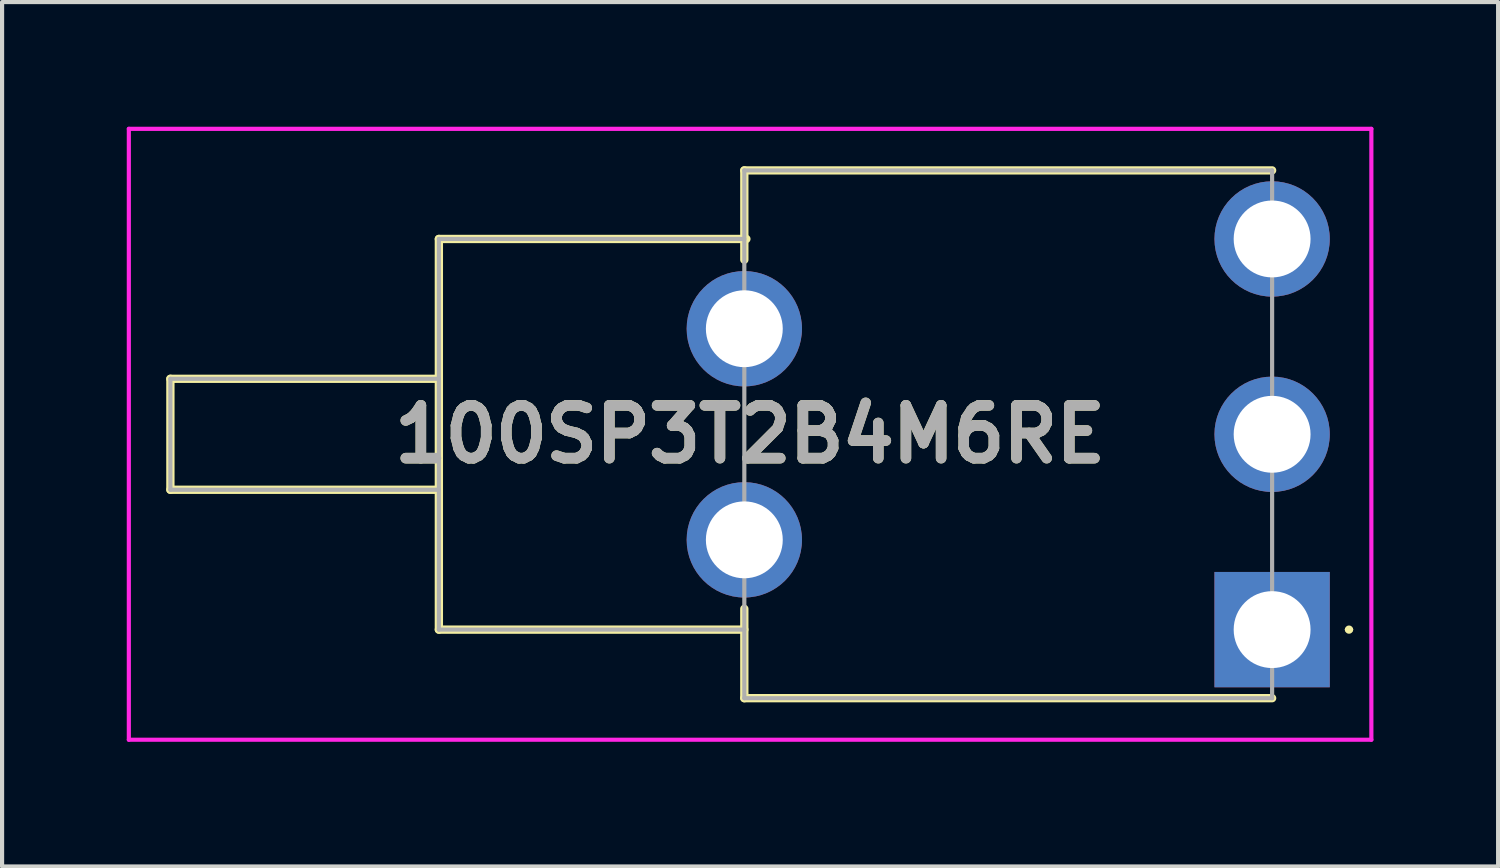
<source format=kicad_pcb>
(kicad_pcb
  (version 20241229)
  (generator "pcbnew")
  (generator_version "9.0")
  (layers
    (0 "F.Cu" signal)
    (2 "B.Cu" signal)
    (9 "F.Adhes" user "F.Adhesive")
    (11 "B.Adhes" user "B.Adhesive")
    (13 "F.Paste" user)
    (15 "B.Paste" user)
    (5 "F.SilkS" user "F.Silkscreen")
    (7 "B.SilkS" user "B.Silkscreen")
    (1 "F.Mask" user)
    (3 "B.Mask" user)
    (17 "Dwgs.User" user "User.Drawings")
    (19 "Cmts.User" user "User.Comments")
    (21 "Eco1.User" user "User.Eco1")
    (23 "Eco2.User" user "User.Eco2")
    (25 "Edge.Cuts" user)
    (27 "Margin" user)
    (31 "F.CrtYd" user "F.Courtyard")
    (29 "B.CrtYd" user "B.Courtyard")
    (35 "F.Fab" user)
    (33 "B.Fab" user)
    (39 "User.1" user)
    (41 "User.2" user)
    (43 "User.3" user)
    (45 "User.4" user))
  (footprint "100SP3T2B4M6RE"
    (layer "F.Cu")
    (at 27.56 12.1)
    (property "Reference" "100SP3T2B4M6RE" (at -12.561 -4.7 0) (layer "F.SilkS") (effects (font (size 1.27 1.27) (thickness 0.254))))
    (attr through_hole)
    (fp_line (start -26.51 -6.035) (end -26.51 -3.365) (stroke (width 0.2) (type solid)) (layer "F.SilkS"))
    (fp_line (start -26.51 -3.365) (end -20.05 -3.365) (stroke (width 0.2) (type solid)) (layer "F.SilkS"))
    (fp_line (start -20.05 -9.4) (end -20.05 0) (stroke (width 0.2) (type solid)) (layer "F.SilkS"))
    (fp_line (start -20.05 -6.035) (end -26.51 -6.035) (stroke (width 0.2) (type solid)) (layer "F.SilkS"))
    (fp_line (start -20.05 0) (end -12.7 0) (stroke (width 0.2) (type solid)) (layer "F.SilkS"))
    (fp_line (start -12.7 -11.05) (end -12.7 -8.9) (stroke (width 0.2) (type solid)) (layer "F.SilkS"))
    (fp_line (start -12.7 -0.5) (end -12.7 1.65) (stroke (width 0.2) (type solid)) (layer "F.SilkS"))
    (fp_line (start -12.7 1.65) (end 0 1.65) (stroke (width 0.2) (type solid)) (layer "F.SilkS"))
    (fp_line (start -12.65 -9.4) (end -20.05 -9.4) (stroke (width 0.2) (type solid)) (layer "F.SilkS"))
    (fp_line (start 0 -11.05) (end -12.7 -11.05) (stroke (width 0.2) (type solid)) (layer "F.SilkS"))
    (fp_line (start 1.8 0) (end 1.8 0) (stroke (width 0.1) (type solid)) (layer "F.SilkS"))
    (fp_line (start 1.9 0) (end 1.9 0) (stroke (width 0.1) (type solid)) (layer "F.SilkS"))
    (fp_arc (start 1.8 0) (mid 1.85 -0.05) (end 1.9 0) (stroke (width 0.1) (type solid)) (layer "F.SilkS"))
    (fp_arc (start 1.9 0) (mid 1.85 0.05) (end 1.8 0) (stroke (width 0.1) (type solid)) (layer "F.SilkS"))
    (fp_line (start -27.51 -12.05) (end 2.388 -12.05) (stroke (width 0.1) (type solid)) (layer "F.CrtYd"))
    (fp_line (start -27.51 2.65) (end -27.51 -12.05) (stroke (width 0.1) (type solid)) (layer "F.CrtYd"))
    (fp_line (start 2.388 -12.05) (end 2.388 2.65) (stroke (width 0.1) (type solid)) (layer "F.CrtYd"))
    (fp_line (start 2.388 2.65) (end -27.51 2.65) (stroke (width 0.1) (type solid)) (layer "F.CrtYd"))
    (fp_line (start -26.51 -6.035) (end -26.51 -3.365) (stroke (width 0.1) (type solid)) (layer "F.Fab"))
    (fp_line (start -26.51 -3.365) (end -20.05 -3.365) (stroke (width 0.1) (type solid)) (layer "F.Fab"))
    (fp_line (start -20.05 -9.4) (end -20.05 0) (stroke (width 0.1) (type solid)) (layer "F.Fab"))
    (fp_line (start -20.05 -6.035) (end -26.51 -6.035) (stroke (width 0.1) (type solid)) (layer "F.Fab"))
    (fp_line (start -20.05 0) (end -12.7 0) (stroke (width 0.1) (type solid)) (layer "F.Fab"))
    (fp_line (start -12.7 -11.05) (end 0 -11.05) (stroke (width 0.1) (type solid)) (layer "F.Fab"))
    (fp_line (start -12.7 -9.4) (end -20.05 -9.4) (stroke (width 0.1) (type solid)) (layer "F.Fab"))
    (fp_line (start -12.7 1.65) (end -12.7 -11.05) (stroke (width 0.1) (type solid)) (layer "F.Fab"))
    (fp_line (start 0 -11.05) (end 0 1.65) (stroke (width 0.1) (type solid)) (layer "F.Fab"))
    (fp_line (start 0 1.65) (end -12.7 1.65) (stroke (width 0.1) (type solid)) (layer "F.Fab"))
    (fp_text user "${REFERENCE}" (at -12.561 -4.7 0) (layer "F.Fab") (effects (font (size 1.27 1.27) (thickness 0.254))))
    (pad "1" thru_hole rect (at 0 0) (size 2.775 2.775) (drill 1.85) (layers "*.Cu" "*.Mask"))
    (pad "2" thru_hole circle (at 0 -4.7) (size 2.775 2.775) (drill 1.85) (layers "*.Cu" "*.Mask"))
    (pad "3" thru_hole circle (at 0 -9.4) (size 2.775 2.775) (drill 1.85) (layers "*.Cu" "*.Mask"))
    (pad "MH1" thru_hole circle (at -12.7 -2.16) (size 2.775 2.775) (drill 1.85) (layers "*.Cu" "*.Mask"))
    (pad "MH2" thru_hole circle (at -12.7 -7.24) (size 2.775 2.775) (drill 1.85) (layers "*.Cu" "*.Mask")))
  (gr_rect
    (start -3 -3)
    (end 32.998 17.8)
    (stroke (width 0.1) (type default))
    (fill no)
    (layer "Edge.Cuts")))
</source>
